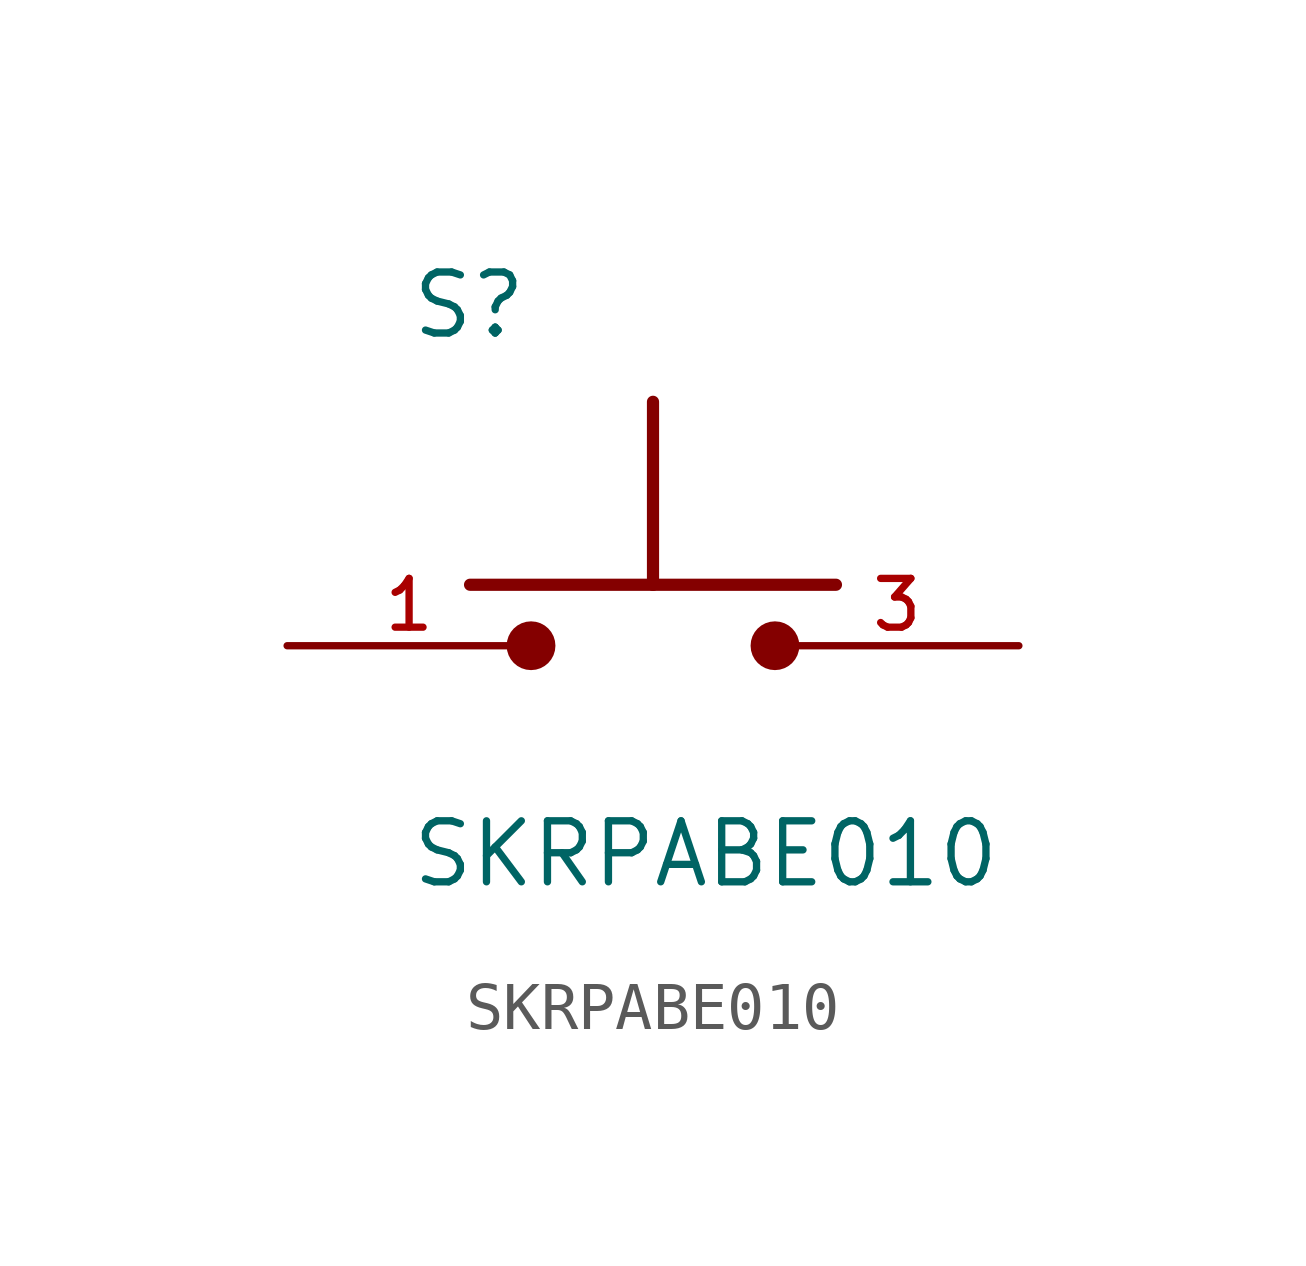
<source format=kicad_sym>
(kicad_symbol_lib
  (version 20211014)
  (generator kicad_symbol_editor)
  (symbol "SKRPABE010"
    (pin_names
      (offset 1.016))
    (property "Reference" "S"
      (at -5.08 6.35 0)
      (effects (font (size 1.27 1.27)) (justify bottom left)))
    (property "Value" "SKRPABE010"
      (at -5.08 -5.08 0)
      (effects (font (size 1.27 1.27)) (justify bottom left)))
    (symbol "SKRPABE010_0_0"
      (circle (center -2.54 0.0) (radius 0.254) (stroke (width 0.508)) (fill (type none)))
      (circle (center 2.54 0.0) (radius 0.254) (stroke (width 0.508)) (fill (type none)))
      (polyline (pts (xy -3.81 1.27) (xy 0.0 1.27)) (stroke (width 0.254)))
      (polyline (pts (xy 0.0 1.27) (xy 3.81 1.27)) (stroke (width 0.254)))
      (polyline (pts (xy 0.0 1.27) (xy 0.0 5.08)) (stroke (width 0.254)))
      (pin passive line (at -7.62 0.0 0) (length 5.08) (name "~" (effects (font (size 1.016 1.016)))) (number "1" (effects (font (size 1.016 1.016)))))
      (pin passive line (at -7.62 0.0 0) (length 5.08) hide (name "~" (effects (font (size 1.016 1.016)))) (number "2" (effects (font (size 1.016 1.016)))))
      (pin passive line (at 7.62 0.0 180.0) (length 5.08) (name "~" (effects (font (size 1.016 1.016)))) (number "3" (effects (font (size 1.016 1.016)))))
      (pin passive line (at 7.62 0.0 180.0) (length 5.08) hide (name "~" (effects (font (size 1.016 1.016)))) (number "4" (effects (font (size 1.016 1.016))))))))
</source>
